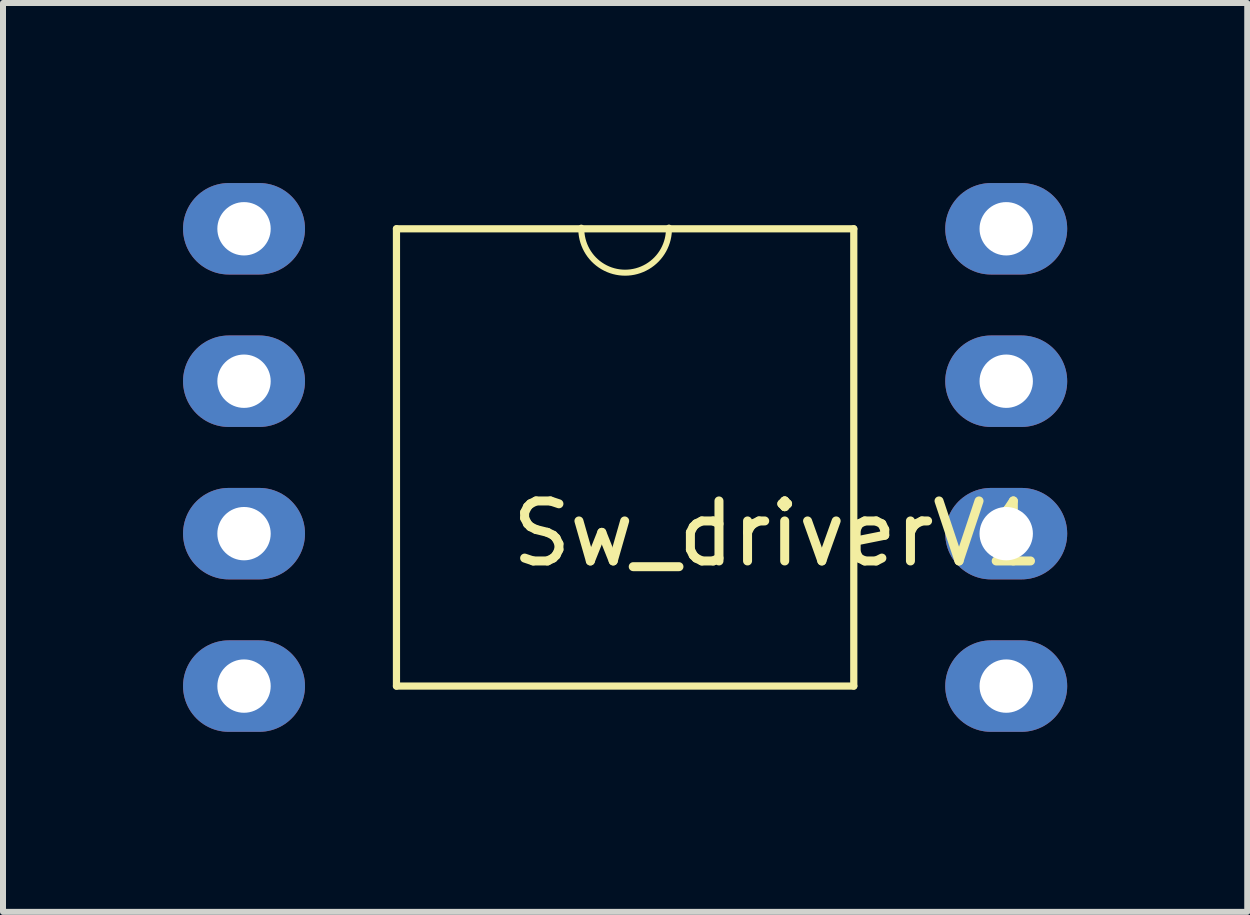
<source format=kicad_pcb>
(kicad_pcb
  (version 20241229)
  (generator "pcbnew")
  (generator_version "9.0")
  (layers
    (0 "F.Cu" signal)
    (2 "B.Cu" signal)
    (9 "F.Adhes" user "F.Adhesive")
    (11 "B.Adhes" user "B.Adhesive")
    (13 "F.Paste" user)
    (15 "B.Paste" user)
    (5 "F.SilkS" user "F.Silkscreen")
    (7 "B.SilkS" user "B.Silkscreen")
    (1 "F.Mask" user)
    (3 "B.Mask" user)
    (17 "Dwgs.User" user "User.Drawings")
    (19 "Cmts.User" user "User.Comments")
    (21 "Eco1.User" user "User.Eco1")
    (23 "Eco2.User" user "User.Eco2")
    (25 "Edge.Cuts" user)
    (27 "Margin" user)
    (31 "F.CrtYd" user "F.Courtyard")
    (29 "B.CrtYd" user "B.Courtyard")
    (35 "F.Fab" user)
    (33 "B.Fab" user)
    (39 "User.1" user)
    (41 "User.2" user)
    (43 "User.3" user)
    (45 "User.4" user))
  (footprint "Sw_driverV1"
    (layer "F.Cu")
    (at 6.096 5.842)
    (property "Reference" "Sw_driverV1" (at 3.81 0 180) (layer "F.SilkS") (effects (font (size 1 1) (thickness 0.15))))
    (attr through_hole)
    (fp_line (start -2.54 -5.08) (end -2.54 2.54) (stroke (width 0.12) (type solid)) (layer "F.SilkS"))
    (fp_line (start -2.54 2.54) (end 5.08 2.54) (stroke (width 0.12) (type solid)) (layer "F.SilkS"))
    (fp_line (start 5.08 -5.08) (end -2.54 -5.08) (stroke (width 0.12) (type solid)) (layer "F.SilkS"))
    (fp_line (start 5.08 2.54) (end 5.08 -5.08) (stroke (width 0.12) (type solid)) (layer "F.SilkS"))
    (fp_arc (start 1.999999 -5.1) (mid 1.270519 -4.349727) (end 0.539973 -5.098962) (stroke (width 0.1) (type default)) (layer "F.SilkS"))
    (pad "1" thru_hole oval (at -5.08 -5.08) (size 2.032 1.524) (drill 0.889) (layers "*.Cu" "*.Mask"))
    (pad "2" thru_hole oval (at -5.08 -2.54) (size 2.032 1.524) (drill 0.889) (layers "*.Cu" "*.Mask"))
    (pad "3" thru_hole oval (at -5.08 0) (size 2.032 1.524) (drill 0.889) (layers "*.Cu" "*.Mask"))
    (pad "4" thru_hole oval (at -5.08 2.54) (size 2.032 1.524) (drill 0.889) (layers "*.Cu" "*.Mask"))
    (pad "5" thru_hole oval (at 7.62 -5.08) (size 2.032 1.524) (drill 0.889) (layers "*.Cu" "*.Mask"))
    (pad "6" thru_hole oval (at 7.62 -2.54) (size 2.032 1.524) (drill 0.889) (layers "*.Cu" "*.Mask"))
    (pad "7" thru_hole oval (at 7.62 0) (size 2.032 1.524) (drill 0.889) (layers "*.Cu" "*.Mask"))
    (pad "8" thru_hole oval (at 7.62 2.54) (size 2.032 1.524) (drill 0.889) (layers "*.Cu" "*.Mask")))
  (gr_rect
    (start -3 -3)
    (end 17.732 12.144)
    (stroke (width 0.1) (type default))
    (fill no)
    (layer "Edge.Cuts")))
</source>
